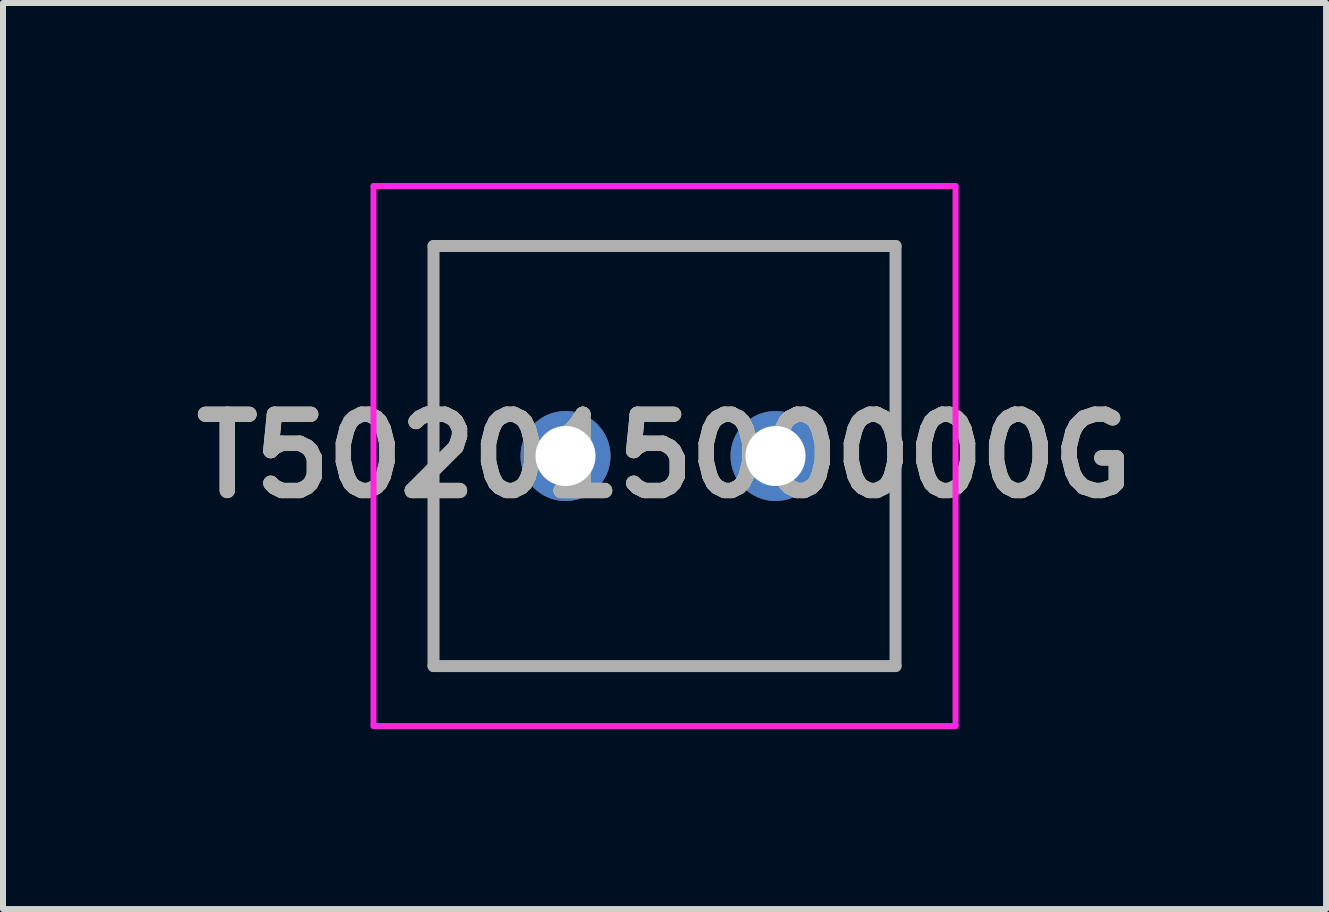
<source format=kicad_pcb>
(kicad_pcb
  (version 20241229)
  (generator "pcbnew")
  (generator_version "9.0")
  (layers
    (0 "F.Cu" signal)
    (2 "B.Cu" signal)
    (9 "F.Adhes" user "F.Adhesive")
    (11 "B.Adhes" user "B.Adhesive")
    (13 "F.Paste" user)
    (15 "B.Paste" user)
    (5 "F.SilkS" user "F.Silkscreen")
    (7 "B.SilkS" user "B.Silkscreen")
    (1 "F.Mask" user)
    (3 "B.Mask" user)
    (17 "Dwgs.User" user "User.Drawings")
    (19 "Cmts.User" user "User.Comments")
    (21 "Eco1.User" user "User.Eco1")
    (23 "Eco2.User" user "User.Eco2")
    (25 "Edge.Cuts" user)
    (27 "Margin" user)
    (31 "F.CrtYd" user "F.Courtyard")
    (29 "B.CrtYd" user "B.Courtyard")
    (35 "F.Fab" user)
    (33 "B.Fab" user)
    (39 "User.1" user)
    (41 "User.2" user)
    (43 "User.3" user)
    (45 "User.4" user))
  (footprint "T50201500000G"
    (layer "F.Cu")
    (at 6.375 4.55)
    (property "Reference" "T50201500000G" (at 1.65 0 0) (layer "F.SilkS") (effects (font (size 1.27 1.27) (thickness 0.254))))
    (attr through_hole)
    (fp_line (start -2.2 -3.5) (end 5.5 -3.5) (stroke (width 0.1) (type solid)) (layer "F.SilkS"))
    (fp_line (start -2.2 3.5) (end -2.2 -3.5) (stroke (width 0.1) (type solid)) (layer "F.SilkS"))
    (fp_line (start 5.5 -3.5) (end 5.5 3.5) (stroke (width 0.1) (type solid)) (layer "F.SilkS"))
    (fp_line (start 5.5 3.5) (end -2.2 3.5) (stroke (width 0.1) (type solid)) (layer "F.SilkS"))
    (fp_line (start -3.2 -4.5) (end 6.5 -4.5) (stroke (width 0.1) (type solid)) (layer "F.CrtYd"))
    (fp_line (start -3.2 4.5) (end -3.2 -4.5) (stroke (width 0.1) (type solid)) (layer "F.CrtYd"))
    (fp_line (start 6.5 -4.5) (end 6.5 4.5) (stroke (width 0.1) (type solid)) (layer "F.CrtYd"))
    (fp_line (start 6.5 4.5) (end -3.2 4.5) (stroke (width 0.1) (type solid)) (layer "F.CrtYd"))
    (fp_line (start -2.2 -3.5) (end 5.5 -3.5) (stroke (width 0.2) (type solid)) (layer "F.Fab"))
    (fp_line (start -2.2 3.5) (end -2.2 -3.5) (stroke (width 0.2) (type solid)) (layer "F.Fab"))
    (fp_line (start 5.5 -3.5) (end 5.5 3.5) (stroke (width 0.2) (type solid)) (layer "F.Fab"))
    (fp_line (start 5.5 3.5) (end -2.2 3.5) (stroke (width 0.2) (type solid)) (layer "F.Fab"))
    (fp_text user "${REFERENCE}" (at 1.65 0 0) (layer "F.Fab") (effects (font (size 1.27 1.27) (thickness 0.254))))
    (pad "1" thru_hole circle (at 0 0) (size 1.5 1.5) (drill 1) (layers "*.Cu" "*.Mask"))
    (pad "2" thru_hole circle (at 3.5 0) (size 1.5 1.5) (drill 1) (layers "*.Cu" "*.Mask")))
  (gr_rect
    (start -3 -3)
    (end 19.05 12.1)
    (stroke (width 0.1) (type default))
    (fill no)
    (layer "Edge.Cuts")))
</source>
